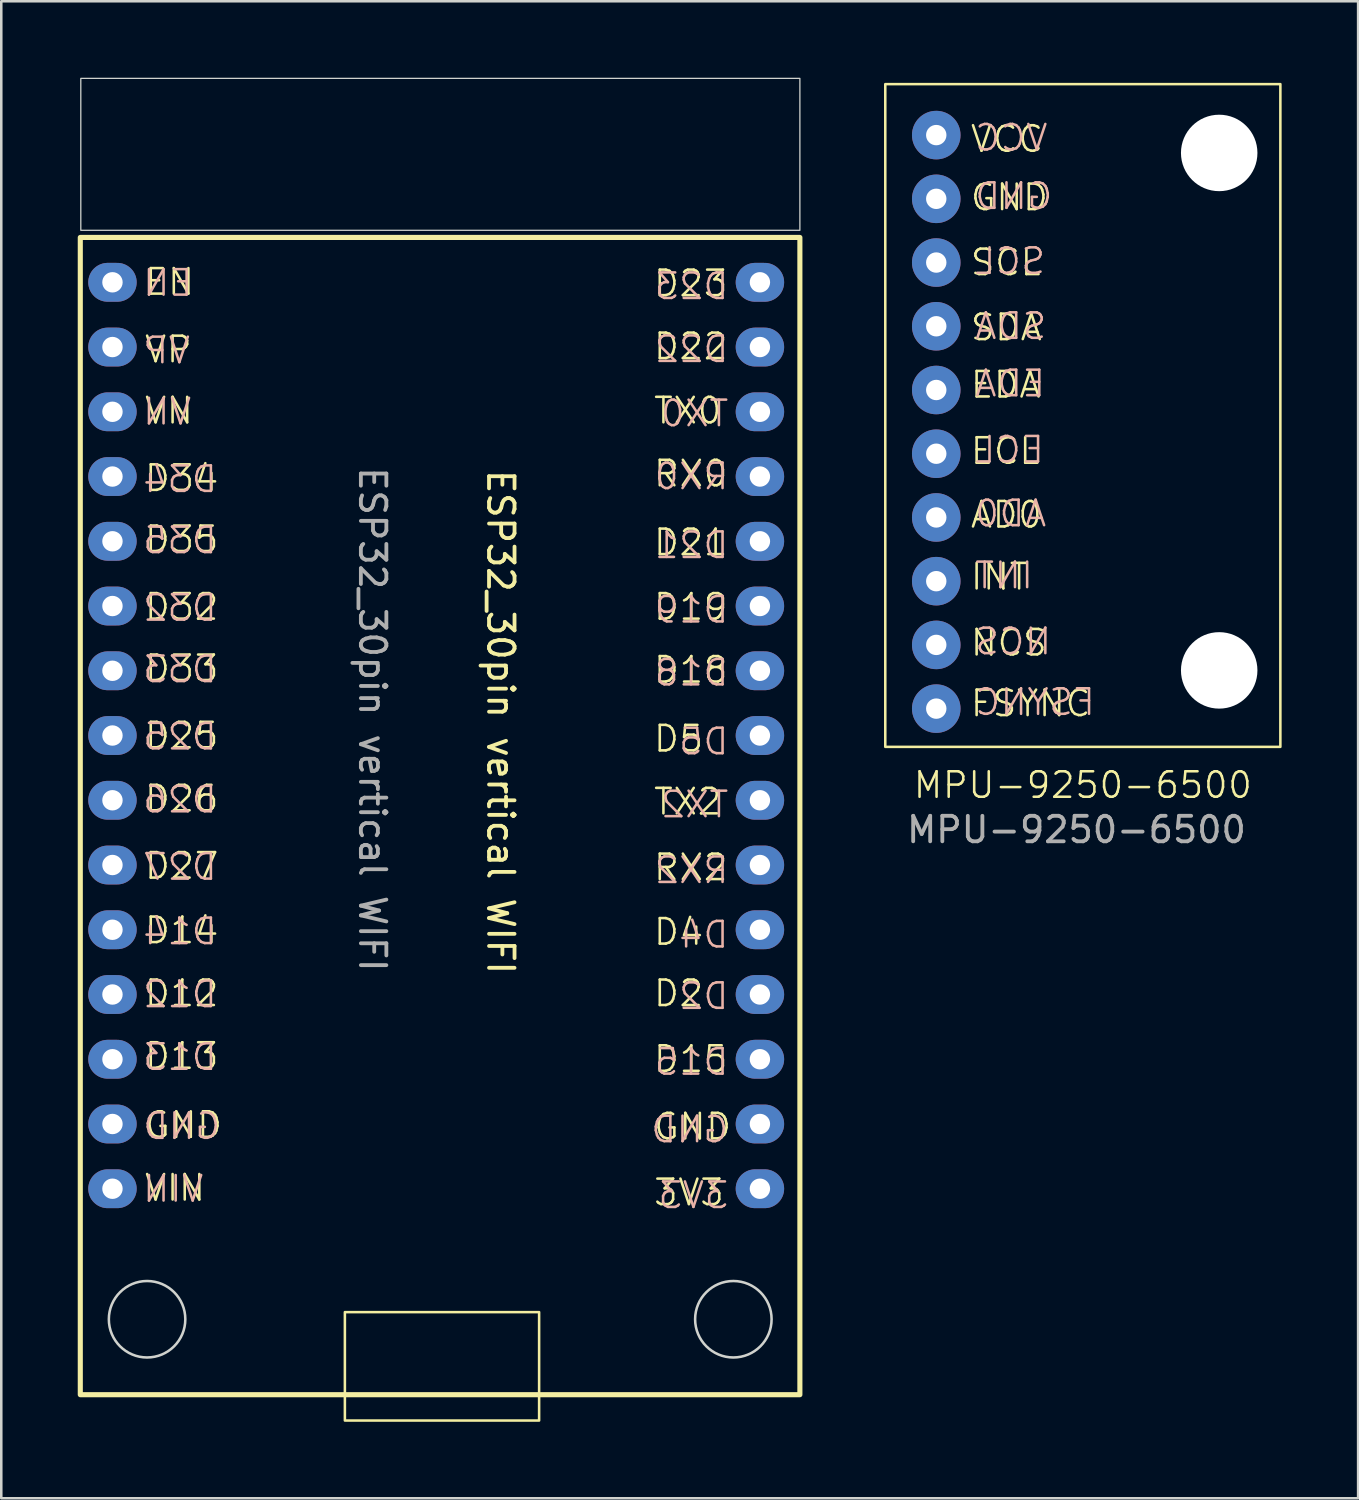
<source format=kicad_pcb>
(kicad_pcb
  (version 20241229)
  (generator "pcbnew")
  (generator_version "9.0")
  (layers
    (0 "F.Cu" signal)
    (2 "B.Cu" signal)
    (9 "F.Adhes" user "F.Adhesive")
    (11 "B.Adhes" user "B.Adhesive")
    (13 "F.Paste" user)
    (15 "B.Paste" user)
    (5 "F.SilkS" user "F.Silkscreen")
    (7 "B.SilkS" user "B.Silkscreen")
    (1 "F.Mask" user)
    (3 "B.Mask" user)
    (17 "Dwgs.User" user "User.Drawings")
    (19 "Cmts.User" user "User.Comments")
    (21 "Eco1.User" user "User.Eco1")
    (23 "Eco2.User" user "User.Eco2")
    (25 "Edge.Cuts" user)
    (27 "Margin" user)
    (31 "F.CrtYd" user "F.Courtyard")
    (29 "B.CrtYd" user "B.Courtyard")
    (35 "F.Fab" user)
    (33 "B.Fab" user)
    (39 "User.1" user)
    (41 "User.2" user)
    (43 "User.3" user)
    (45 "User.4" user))
  (footprint "ESP32_30pin vertical WIFI"
    (layer "F.Cu")
    (at 13.76 25.735)
    (property "Reference" "ESP32_30pin vertical WIFI" (at 2.83 -0.46 270) (unlocked yes) (layer "F.SilkS") (effects (font (size 1 1) (thickness 0.15))))
    (fp_rect (start -13.66 -19.47) (end 14.57 25.93) (stroke (width 0.2) (type default)) (fill no) (layer "F.SilkS"))
    (fp_rect (start -3.28 22.69) (end 4.34 26.944) (stroke (width 0.1) (type default)) (fill no) (layer "F.SilkS"))
    (fp_rect (start -13.64 -25.71) (end 14.57 -19.75) (stroke (width 0.05) (type default)) (fill no) (layer "Edge.Cuts"))
    (fp_circle (center -11.04 22.97) (end -11.04 24.47) (stroke (width 0.1) (type default)) (fill no) (layer "Edge.Cuts"))
    (fp_circle (center 11.96 22.97) (end 11.96 24.47) (stroke (width 0.1) (type default)) (fill no) (layer "Edge.Cuts"))
    (fp_text user "D15" (at 8.77 13.35 0) (unlocked yes) (layer "F.SilkS") (effects (font (size 1 1) (thickness 0.1)) (justify left bottom)))
    (fp_text user "VP" (at -11.2 -14.49 0) (unlocked yes) (layer "F.SilkS") (effects (font (size 1 1) (thickness 0.1)) (justify left bottom)))
    (fp_text user "D26" (at -11.2 3.13 0) (unlocked yes) (layer "F.SilkS") (effects (font (size 1 1) (thickness 0.1)) (justify left bottom)))
    (fp_text user "D4" (at 8.77 8.36 0) (unlocked yes) (layer "F.SilkS") (effects (font (size 1 1) (thickness 0.1)) (justify left bottom)))
    (fp_text user "D32" (at -11.2 -4.39 0) (unlocked yes) (layer "F.SilkS") (effects (font (size 1 1) (thickness 0.1)) (justify left bottom)))
    (fp_text user "GND" (at 8.77 16 0) (unlocked yes) (layer "F.SilkS") (effects (font (size 1 1) (thickness 0.1)) (justify left bottom)))
    (fp_text user "D12" (at -11.2 10.77 0) (unlocked yes) (layer "F.SilkS") (effects (font (size 1 1) (thickness 0.1)) (justify left bottom)))
    (fp_text user "D35" (at -11.2 -7.04 0) (unlocked yes) (layer "F.SilkS") (effects (font (size 1 1) (thickness 0.1)) (justify left bottom)))
    (fp_text user "RX0" (at 8.77 -9.62 0) (unlocked yes) (layer "F.SilkS") (effects (font (size 1 1) (thickness 0.1)) (justify left bottom)))
    (fp_text user "RX2" (at 8.77 5.83 0) (unlocked yes) (layer "F.SilkS") (effects (font (size 1 1) (thickness 0.1)) (justify left bottom)))
    (fp_text user "D2" (at 8.77 10.77 0) (unlocked yes) (layer "F.SilkS") (effects (font (size 1 1) (thickness 0.1)) (justify left bottom)))
    (fp_text user "D23" (at 8.77 -17.08 0) (unlocked yes) (layer "F.SilkS") (effects (font (size 1 1) (thickness 0.1)) (justify left bottom)))
    (fp_text user "VN" (at -11.2 -12.09 0) (unlocked yes) (layer "F.SilkS") (effects (font (size 1 1) (thickness 0.1)) (justify left bottom)))
    (fp_text user "GND" (at -11.2 15.94 0) (unlocked yes) (layer "F.SilkS") (effects (font (size 1 1) (thickness 0.1)) (justify left bottom)))
    (fp_text user "D19" (at 8.77 -4.39 0) (unlocked yes) (layer "F.SilkS") (effects (font (size 1 1) (thickness 0.1)) (justify left bottom)))
    (fp_text user "D34" (at -11.2 -9.44 0) (unlocked yes) (layer "F.SilkS") (effects (font (size 1 1) (thickness 0.1)) (justify left bottom)))
    (fp_text user "VIN" (at -11.2 18.4 0) (unlocked yes) (layer "F.SilkS") (effects (font (size 1 1) (thickness 0.1)) (justify left bottom)))
    (fp_text user "D21" (at 8.77 -6.92 0) (unlocked yes) (layer "F.SilkS") (effects (font (size 1 1) (thickness 0.1)) (justify left bottom)))
    (fp_text user "D13" (at -11.2 13.23 0) (unlocked yes) (layer "F.SilkS") (effects (font (size 1 1) (thickness 0.1)) (justify left bottom)))
    (fp_text user "EN" (at -11.2 -17.14 0) (unlocked yes) (layer "F.SilkS") (effects (font (size 1 1) (thickness 0.1)) (justify left bottom)))
    (fp_text user "D33" (at -11.2 -1.98 0) (unlocked yes) (layer "F.SilkS") (effects (font (size 1 1) (thickness 0.1)) (justify left bottom)))
    (fp_text user "D18" (at 8.77 -1.92 0) (unlocked yes) (layer "F.SilkS") (effects (font (size 1 1) (thickness 0.1)) (justify left bottom)))
    (fp_text user "D27" (at -11.2 5.77 0) (unlocked yes) (layer "F.SilkS") (effects (font (size 1 1) (thickness 0.1)) (justify left bottom)))
    (fp_text user "D25" (at -11.2 0.66 0) (unlocked yes) (layer "F.SilkS") (effects (font (size 1 1) (thickness 0.1)) (justify left bottom)))
    (fp_text user "D5" (at 8.77 0.78 0) (unlocked yes) (layer "F.SilkS") (effects (font (size 1 1) (thickness 0.1)) (justify left bottom)))
    (fp_text user "TX0" (at 8.77 -12.09 0) (unlocked yes) (layer "F.SilkS") (effects (font (size 1 1) (thickness 0.1)) (justify left bottom)))
    (fp_text user "TX2" (at 8.77 3.25 0) (unlocked yes) (layer "F.SilkS") (effects (font (size 1 1) (thickness 0.1)) (justify left bottom)))
    (fp_text user "3V3" (at 8.77 18.58 0) (unlocked yes) (layer "F.SilkS") (effects (font (size 1 1) (thickness 0.1)) (justify left bottom)))
    (fp_text user "D22" (at 8.77 -14.61 0) (unlocked yes) (layer "F.SilkS") (effects (font (size 1 1) (thickness 0.1)) (justify left bottom)))
    (fp_text user "D14" (at -11.2 8.3 0) (unlocked yes) (layer "F.SilkS") (effects (font (size 1 1) (thickness 0.1)) (justify left bottom)))
    (fp_text user "D18" (at 11.84 -1.81 0) (unlocked yes) (layer "B.SilkS") (effects (font (size 1 1) (thickness 0.1)) (justify left bottom mirror)))
    (fp_text user "EN" (at -9.185 -17.1 0) (unlocked yes) (layer "B.SilkS") (effects (font (size 1 1) (thickness 0.1)) (justify left bottom mirror)))
    (fp_text user "GND" (at 11.84 16.11 0) (unlocked yes) (layer "B.SilkS") (effects (font (size 1 1) (thickness 0.1)) (justify left bottom mirror)))
    (fp_text user "D2" (at 11.84 10.88 0) (unlocked yes) (layer "B.SilkS") (effects (font (size 1 1) (thickness 0.1)) (justify left bottom mirror)))
    (fp_text user "D23" (at 11.84 -16.97 0) (unlocked yes) (layer "B.SilkS") (effects (font (size 1 1) (thickness 0.1)) (justify left bottom mirror)))
    (fp_text user "D5" (at 11.84 0.89 0) (unlocked yes) (layer "B.SilkS") (effects (font (size 1 1) (thickness 0.1)) (justify left bottom mirror)))
    (fp_text user "RX0" (at 11.84 -9.51 0) (unlocked yes) (layer "B.SilkS") (effects (font (size 1 1) (thickness 0.1)) (justify left bottom mirror)))
    (fp_text user "D21" (at 11.84 -6.81 0) (unlocked yes) (layer "B.SilkS") (effects (font (size 1 1) (thickness 0.1)) (justify left bottom mirror)))
    (fp_text user "TX2" (at 11.84 3.36 0) (unlocked yes) (layer "B.SilkS") (effects (font (size 1 1) (thickness 0.1)) (justify left bottom mirror)))
    (fp_text user "D27" (at -8.233 5.81 0) (unlocked yes) (layer "B.SilkS") (effects (font (size 1 1) (thickness 0.1)) (justify left bottom mirror)))
    (fp_text user "D26" (at -8.233 3.17 0) (unlocked yes) (layer "B.SilkS") (effects (font (size 1 1) (thickness 0.1)) (justify left bottom mirror)))
    (fp_text user "D35" (at -8.233 -7 0) (unlocked yes) (layer "B.SilkS") (effects (font (size 1 1) (thickness 0.1)) (justify left bottom mirror)))
    (fp_text user "VN" (at -9.233 -12.05 0) (unlocked yes) (layer "B.SilkS") (effects (font (size 1 1) (thickness 0.1)) (justify left bottom mirror)))
    (fp_text user "GND" (at -8.09 15.98 0) (unlocked yes) (layer "B.SilkS") (effects (font (size 1 1) (thickness 0.1)) (justify left bottom mirror)))
    (fp_text user "D25" (at -8.233 0.7 0) (unlocked yes) (layer "B.SilkS") (effects (font (size 1 1) (thickness 0.1)) (justify left bottom mirror)))
    (fp_text user "TX0" (at 11.84 -11.98 0) (unlocked yes) (layer "B.SilkS") (effects (font (size 1 1) (thickness 0.1)) (justify left bottom mirror)))
    (fp_text user "RX2" (at 11.84 5.94 0) (unlocked yes) (layer "B.SilkS") (effects (font (size 1 1) (thickness 0.1)) (justify left bottom mirror)))
    (fp_text user "VIN" (at -8.757 18.44 0) (unlocked yes) (layer "B.SilkS") (effects (font (size 1 1) (thickness 0.1)) (justify left bottom mirror)))
    (fp_text user "D4" (at 11.84 8.47 0) (unlocked yes) (layer "B.SilkS") (effects (font (size 1 1) (thickness 0.1)) (justify left bottom mirror)))
    (fp_text user "D22" (at 11.84 -14.5 0) (unlocked yes) (layer "B.SilkS") (effects (font (size 1 1) (thickness 0.1)) (justify left bottom mirror)))
    (fp_text user "D33" (at -8.233 -1.94 0) (unlocked yes) (layer "B.SilkS") (effects (font (size 1 1) (thickness 0.1)) (justify left bottom mirror)))
    (fp_text user "D15" (at 11.84 13.46 0) (unlocked yes) (layer "B.SilkS") (effects (font (size 1 1) (thickness 0.1)) (justify left bottom mirror)))
    (fp_text user "D12" (at -8.233 10.81 0) (unlocked yes) (layer "B.SilkS") (effects (font (size 1 1) (thickness 0.1)) (justify left bottom mirror)))
    (fp_text user "D19" (at 11.84 -4.28 0) (unlocked yes) (layer "B.SilkS") (effects (font (size 1 1) (thickness 0.1)) (justify left bottom mirror)))
    (fp_text user "3V3" (at 11.84 18.69 0) (unlocked yes) (layer "B.SilkS") (effects (font (size 1 1) (thickness 0.1)) (justify left bottom mirror)))
    (fp_text user "D32" (at -8.233 -4.35 0) (unlocked yes) (layer "B.SilkS") (effects (font (size 1 1) (thickness 0.1)) (justify left bottom mirror)))
    (fp_text user "D14" (at -8.233 8.34 0) (unlocked yes) (layer "B.SilkS") (effects (font (size 1 1) (thickness 0.1)) (justify left bottom mirror)))
    (fp_text user "D34" (at -8.233 -9.4 0) (unlocked yes) (layer "B.SilkS") (effects (font (size 1 1) (thickness 0.1)) (justify left bottom mirror)))
    (fp_text user "D13" (at -8.233 13.27 0) (unlocked yes) (layer "B.SilkS") (effects (font (size 1 1) (thickness 0.1)) (justify left bottom mirror)))
    (fp_text user "VP" (at -9.28 -14.45 0) (unlocked yes) (layer "B.SilkS") (effects (font (size 1 1) (thickness 0.1)) (justify left bottom mirror)))
    (fp_text user "${REFERENCE}" (at -2.198 -0.565 270) (unlocked yes) (layer "F.Fab") (effects (font (size 1 1) (thickness 0.15))))
    (pad "1" thru_hole oval (at -12.398 17.85 270) (size 1.524 1.9) (drill 0.8) (layers "*.Cu" "*.Mask"))
    (pad "2" thru_hole oval (at -12.398 15.31 270) (size 1.524 1.9) (drill 0.8) (layers "*.Cu" "*.Mask"))
    (pad "3" thru_hole oval (at -12.398 12.77 270) (size 1.524 1.9) (drill 0.8) (layers "*.Cu" "*.Mask"))
    (pad "4" thru_hole oval (at -12.398 10.23 270) (size 1.524 1.9) (drill 0.8) (layers "*.Cu" "*.Mask"))
    (pad "5" thru_hole oval (at -12.398 7.69 270) (size 1.524 1.9) (drill 0.8) (layers "*.Cu" "*.Mask"))
    (pad "6" thru_hole oval (at -12.398 5.15 270) (size 1.524 1.9) (drill 0.8) (layers "*.Cu" "*.Mask"))
    (pad "7" thru_hole oval (at -12.398 2.61 270) (size 1.524 1.9) (drill 0.8) (layers "*.Cu" "*.Mask"))
    (pad "8" thru_hole oval (at -12.398 0.07 270) (size 1.524 1.9) (drill 0.8) (layers "*.Cu" "*.Mask"))
    (pad "9" thru_hole oval (at -12.398 -2.47 270) (size 1.524 1.9) (drill 0.8) (layers "*.Cu" "*.Mask"))
    (pad "10" thru_hole oval (at -12.398 -5.01 270) (size 1.524 1.9) (drill 0.8) (layers "*.Cu" "*.Mask"))
    (pad "11" thru_hole oval (at -12.398 -7.55 270) (size 1.524 1.9) (drill 0.8) (layers "*.Cu" "*.Mask"))
    (pad "12" thru_hole oval (at -12.398 -10.09 270) (size 1.524 1.9) (drill 0.8) (layers "*.Cu" "*.Mask"))
    (pad "13" thru_hole oval (at -12.398 -12.63 270) (size 1.524 1.9) (drill 0.8) (layers "*.Cu" "*.Mask"))
    (pad "14" thru_hole oval (at -12.398 -15.17 270) (size 1.524 1.9) (drill 0.8) (layers "*.Cu" "*.Mask"))
    (pad "15" thru_hole oval (at -12.398 -17.71 270) (size 1.524 1.9) (drill 0.8) (layers "*.Cu" "*.Mask"))
    (pad "16" thru_hole oval (at 13.002 17.85 270) (size 1.524 1.9) (drill 0.8) (layers "*.Cu" "*.Mask"))
    (pad "17" thru_hole oval (at 13.002 15.31 270) (size 1.524 1.9) (drill 0.8) (layers "*.Cu" "*.Mask"))
    (pad "18" thru_hole oval (at 13.002 12.77 270) (size 1.524 1.9) (drill 0.8) (layers "*.Cu" "*.Mask"))
    (pad "19" thru_hole oval (at 13.002 10.23 270) (size 1.524 1.9) (drill 0.8) (layers "*.Cu" "*.Mask"))
    (pad "20" thru_hole oval (at 13.002 7.69 270) (size 1.524 1.9) (drill 0.8) (layers "*.Cu" "*.Mask"))
    (pad "21" thru_hole oval (at 13.002 5.15 270) (size 1.524 1.9) (drill 0.8) (layers "*.Cu" "*.Mask"))
    (pad "22" thru_hole oval (at 13.002 2.61 270) (size 1.524 1.9) (drill 0.8) (layers "*.Cu" "*.Mask"))
    (pad "23" thru_hole oval (at 13.002 0.07 270) (size 1.524 1.9) (drill 0.8) (layers "*.Cu" "*.Mask"))
    (pad "24" thru_hole oval (at 13.002 -2.47 270) (size 1.524 1.9) (drill 0.8) (layers "*.Cu" "*.Mask"))
    (pad "25" thru_hole oval (at 13.002 -5.01 270) (size 1.524 1.9) (drill 0.8) (layers "*.Cu" "*.Mask"))
    (pad "26" thru_hole oval (at 13.002 -7.55 270) (size 1.524 1.9) (drill 0.8) (layers "*.Cu" "*.Mask"))
    (pad "27" thru_hole oval (at 13.002 -10.09 270) (size 1.524 1.9) (drill 0.8) (layers "*.Cu" "*.Mask"))
    (pad "28" thru_hole oval (at 13.002 -12.63 270) (size 1.524 1.9) (drill 0.8) (layers "*.Cu" "*.Mask"))
    (pad "29" thru_hole oval (at 13.002 -15.17 270) (size 1.524 1.9) (drill 0.8) (layers "*.Cu" "*.Mask"))
    (pad "30" thru_hole oval (at 13.002 -17.71 270) (size 1.524 1.9) (drill 0.8) (layers "*.Cu" "*.Mask"))
    (zone (net_name "") (layer "Edge.Cuts") (hatch full 0.5) (connect_pads) (min_thickness 0.25) (filled_areas_thickness no) (keepout (tracks not_allowed) (vias not_allowed) (pads not_allowed) (copperpour allowed) (footprints allowed)) (placement (enabled no)) (fill) (polygon (pts (xy 0.12 0.025) (xy 0.12 5.985) (xy 28.33 5.985) (xy 28.33 0.025)))))
  (footprint "MPU-9250-6500"
    (layer "F.Cu")
    (at 31.68 0.25)
    (property "Reference" "MPU-9250-6500" (at 7.75 27.5 0) (unlocked yes) (layer "F.SilkS") (effects (font (size 1 1) (thickness 0.1))))
    (attr through_hole)
    (fp_rect (start 0 0) (end 15.5 26) (stroke (width 0.1) (type solid)) (fill no) (layer "F.SilkS"))
    (fp_text user "AD0" (at 3.28 17.48 0) (unlocked yes) (layer "F.SilkS") (effects (font (size 1 1) (thickness 0.1)) (justify left bottom)))
    (fp_text user "INT" (at 3.28 19.91 0) (unlocked yes) (layer "F.SilkS") (effects (font (size 1 1) (thickness 0.1)) (justify left bottom)))
    (fp_text user "VCC" (at 3.28 2.74 0) (unlocked yes) (layer "F.SilkS") (effects (font (size 1 1) (thickness 0.1)) (justify left bottom)))
    (fp_text user "SDA" (at 3.28 10.13 0) (unlocked yes) (layer "F.SilkS") (effects (font (size 1 1) (thickness 0.1)) (justify left bottom)))
    (fp_text user "GND" (at 3.28 5.03 0) (unlocked yes) (layer "F.SilkS") (effects (font (size 1 1) (thickness 0.1)) (justify left bottom)))
    (fp_text user "ECL" (at 3.28 14.98 0) (unlocked yes) (layer "F.SilkS") (effects (font (size 1 1) (thickness 0.1)) (justify left bottom)))
    (fp_text user "SCL" (at 3.28 7.58 0) (unlocked yes) (layer "F.SilkS") (effects (font (size 1 1) (thickness 0.1)) (justify left bottom)))
    (fp_text user "FSYNC" (at 3.28 24.88 0) (unlocked yes) (layer "F.SilkS") (effects (font (size 1 1) (thickness 0.1)) (justify left bottom)))
    (fp_text user "EDA" (at 3.28 12.38 0) (unlocked yes) (layer "F.SilkS") (effects (font (size 1 1) (thickness 0.1)) (justify left bottom)))
    (fp_text user "NCS" (at 3.28 22.5 0) (unlocked yes) (layer "F.SilkS") (effects (font (size 1 1) (thickness 0.1)) (justify left bottom)))
    (fp_text user "SCL" (at 6.345 7.53 0) (unlocked yes) (layer "B.SilkS") (effects (font (size 1 1) (thickness 0.1)) (justify left bottom mirror)))
    (fp_text user "FSYNC" (at 8.297 24.83 0) (unlocked yes) (layer "B.SilkS") (effects (font (size 1 1) (thickness 0.1)) (justify left bottom mirror)))
    (fp_text user "INT" (at 5.869 19.86 0) (unlocked yes) (layer "B.SilkS") (effects (font (size 1 1) (thickness 0.1)) (justify left bottom mirror)))
    (fp_text user "NCS" (at 6.583 22.45 0) (unlocked yes) (layer "B.SilkS") (effects (font (size 1 1) (thickness 0.1)) (justify left bottom mirror)))
    (fp_text user "SDA" (at 6.392 10.08 0) (unlocked yes) (layer "B.SilkS") (effects (font (size 1 1) (thickness 0.1)) (justify left bottom mirror)))
    (fp_text user "EDA" (at 6.345 12.33 0) (unlocked yes) (layer "B.SilkS") (effects (font (size 1 1) (thickness 0.1)) (justify left bottom mirror)))
    (fp_text user "GND" (at 6.63 4.98 0) (unlocked yes) (layer "B.SilkS") (effects (font (size 1 1) (thickness 0.1)) (justify left bottom mirror)))
    (fp_text user "ECL" (at 6.297 14.93 0) (unlocked yes) (layer "B.SilkS") (effects (font (size 1 1) (thickness 0.1)) (justify left bottom mirror)))
    (fp_text user "AD0" (at 6.392 17.43 0) (unlocked yes) (layer "B.SilkS") (effects (font (size 1 1) (thickness 0.1)) (justify left bottom mirror)))
    (fp_text user "VCC" (at 6.44 2.69 0) (unlocked yes) (layer "B.SilkS") (effects (font (size 1 1) (thickness 0.1)) (justify left bottom mirror)))
    (fp_text user "${REFERENCE}" (at 7.5 29.25 0) (unlocked yes) (layer "F.Fab") (effects (font (size 1 1) (thickness 0.15))))
    (pad "" np_thru_hole circle (at 13.1 2.7) (size 3 3) (drill 3) (layers "*.Cu" "*.Mask"))
    (pad "" np_thru_hole circle (at 13.1 23) (size 3 3) (drill 3) (layers "*.Cu" "*.Mask"))
    (pad "1" thru_hole circle (at 2 2) (size 1.905 1.905) (drill 0.8) (layers "*.Cu" "*.Mask"))
    (pad "2" thru_hole circle (at 2 4.5) (size 1.905 1.905) (drill 0.8) (layers "*.Cu" "*.Mask"))
    (pad "3" thru_hole circle (at 2 7) (size 1.905 1.905) (drill 0.8) (layers "*.Cu" "*.Mask"))
    (pad "4" thru_hole circle (at 2 9.5) (size 1.905 1.905) (drill 0.8) (layers "*.Cu" "*.Mask"))
    (pad "5" thru_hole circle (at 2 12) (size 1.905 1.905) (drill 0.8) (layers "*.Cu" "*.Mask"))
    (pad "6" thru_hole circle (at 2 14.5) (size 1.905 1.905) (drill 0.8) (layers "*.Cu" "*.Mask"))
    (pad "7" thru_hole circle (at 2 17) (size 1.905 1.905) (drill 0.8) (layers "*.Cu" "*.Mask"))
    (pad "8" thru_hole circle (at 2 19.5) (size 1.905 1.905) (drill 0.8) (layers "*.Cu" "*.Mask"))
    (pad "9" thru_hole circle (at 2 22) (size 1.905 1.905) (drill 0.8) (layers "*.Cu" "*.Mask"))
    (pad "10" thru_hole circle (at 2 24.5) (size 1.905 1.905) (drill 0.8) (layers "*.Cu" "*.Mask")))
  (gr_rect
    (start -3 -3)
    (end 50.23 55.729)
    (stroke (width 0.1) (type default))
    (fill no)
    (layer "Edge.Cuts")))
</source>
